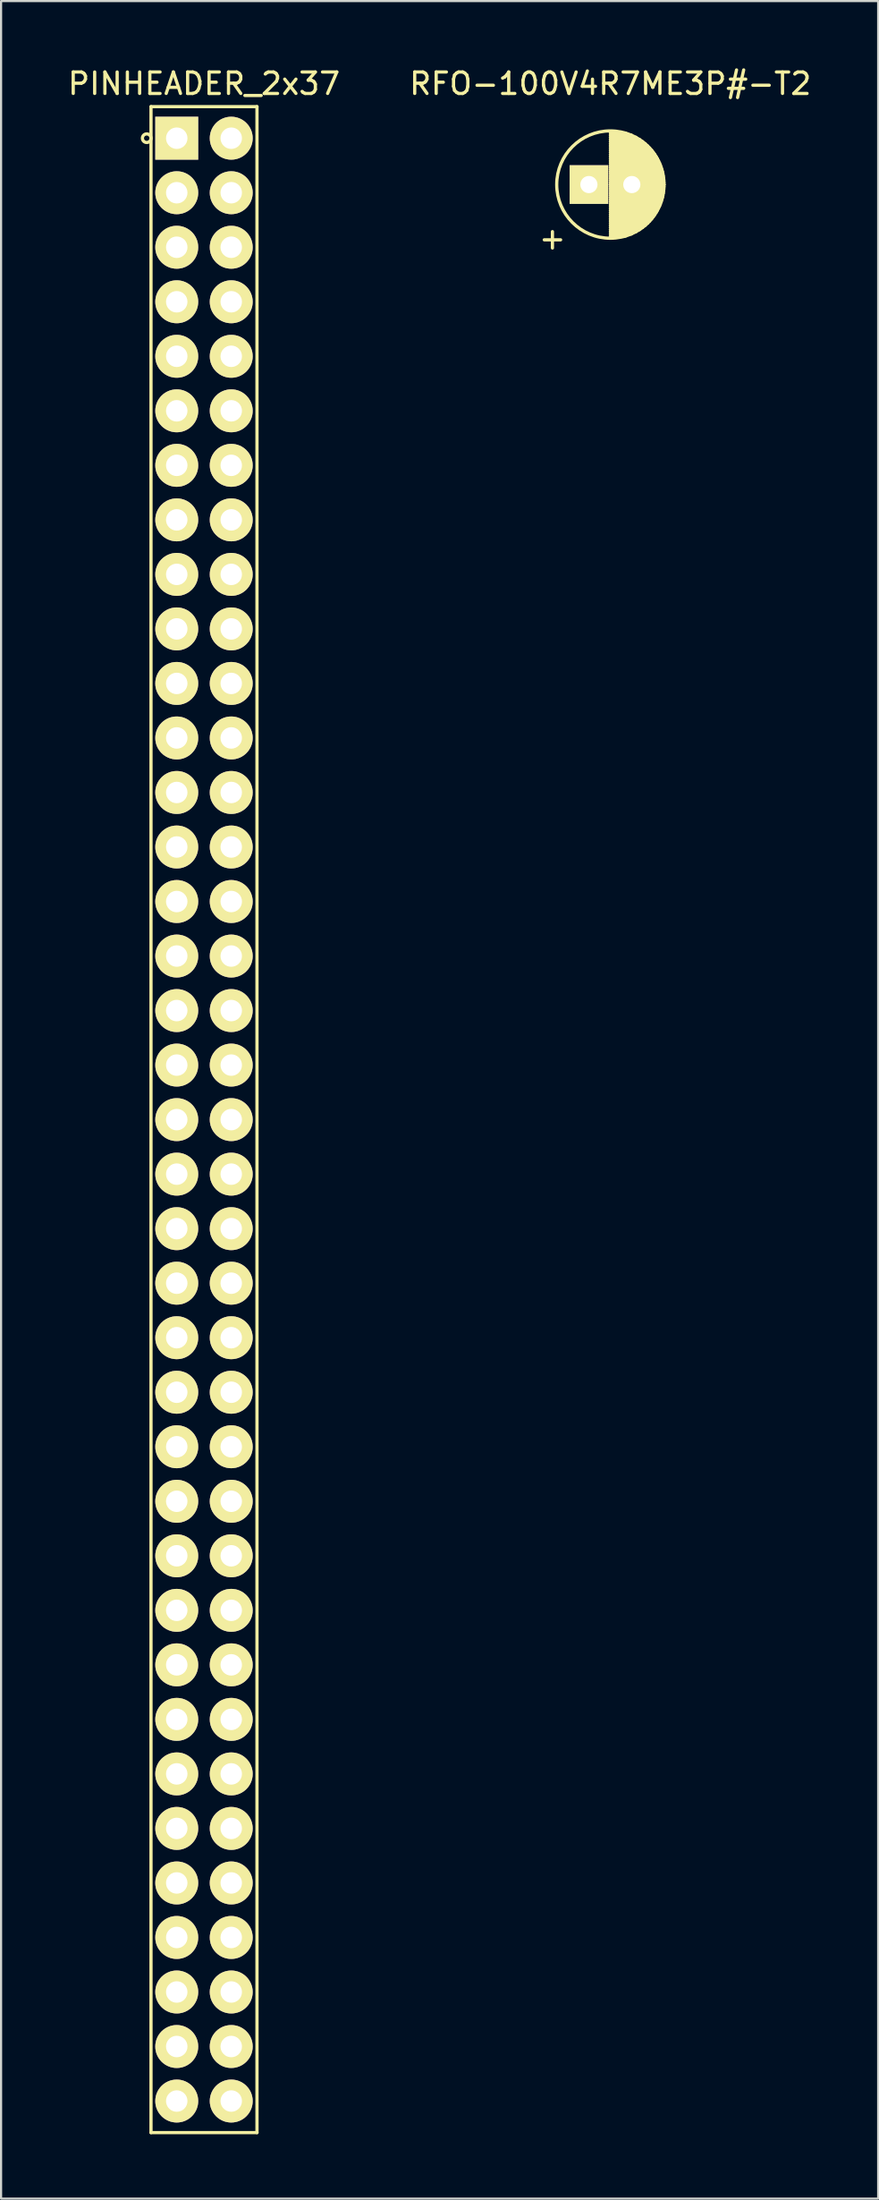
<source format=kicad_pcb>
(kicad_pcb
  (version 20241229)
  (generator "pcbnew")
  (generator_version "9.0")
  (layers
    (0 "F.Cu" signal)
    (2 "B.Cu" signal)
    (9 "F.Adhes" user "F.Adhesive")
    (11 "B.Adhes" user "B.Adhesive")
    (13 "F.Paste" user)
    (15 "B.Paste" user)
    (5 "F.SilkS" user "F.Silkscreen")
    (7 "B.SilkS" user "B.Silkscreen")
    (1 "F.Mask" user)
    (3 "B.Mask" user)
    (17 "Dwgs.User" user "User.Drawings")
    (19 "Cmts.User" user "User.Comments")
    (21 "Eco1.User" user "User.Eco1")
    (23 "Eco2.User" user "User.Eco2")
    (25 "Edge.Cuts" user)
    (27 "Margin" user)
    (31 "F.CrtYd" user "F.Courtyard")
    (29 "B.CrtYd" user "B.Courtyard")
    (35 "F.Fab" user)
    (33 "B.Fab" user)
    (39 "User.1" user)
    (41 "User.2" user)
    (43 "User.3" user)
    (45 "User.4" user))
  (footprint "PINHEADER_2x37"
    (layer "F.Cu")
    (at 5.188 3.388)
    (property "Reference" "PINHEADER_2x37" (at 1.27 -2.54 0) (layer "F.SilkS") (effects (font (size 1 1) (thickness 0.15))))
    (attr through_hole)
    (fp_line (start -1.2 -1.47) (end 3.74 -1.47) (stroke (width 0.15) (type solid)) (layer "F.SilkS"))
    (fp_line (start -1.2 92.91) (end -1.2 -1.47) (stroke (width 0.15) (type solid)) (layer "F.SilkS"))
    (fp_line (start 3.74 -1.47) (end 3.74 92.91) (stroke (width 0.15) (type solid)) (layer "F.SilkS"))
    (fp_line (start 3.74 92.91) (end -1.2 92.91) (stroke (width 0.15) (type solid)) (layer "F.SilkS"))
    (fp_circle (center -1.4 0) (end -1.4 0.2) (stroke (width 0.15) (type solid)) (fill no) (layer "F.SilkS"))
    (pad "1" thru_hole rect (at 0 0) (size 2 2) (drill 1) (layers "*.Cu" "*.Mask" "F.SilkS"))
    (pad "2" thru_hole circle (at 0 2.54) (size 2 2) (drill 1) (layers "*.Cu" "*.Mask" "F.SilkS"))
    (pad "3" thru_hole circle (at 0 5.08) (size 2 2) (drill 1) (layers "*.Cu" "*.Mask" "F.SilkS"))
    (pad "4" thru_hole circle (at 0 7.62) (size 2 2) (drill 1) (layers "*.Cu" "*.Mask" "F.SilkS"))
    (pad "5" thru_hole circle (at 0 10.16) (size 2 2) (drill 1) (layers "*.Cu" "*.Mask" "F.SilkS"))
    (pad "6" thru_hole circle (at 0 12.7) (size 2 2) (drill 1) (layers "*.Cu" "*.Mask" "F.SilkS"))
    (pad "7" thru_hole circle (at 0 15.24) (size 2 2) (drill 1) (layers "*.Cu" "*.Mask" "F.SilkS"))
    (pad "8" thru_hole circle (at 0 17.78) (size 2 2) (drill 1) (layers "*.Cu" "*.Mask" "F.SilkS"))
    (pad "9" thru_hole circle (at 0 20.32) (size 2 2) (drill 1) (layers "*.Cu" "*.Mask" "F.SilkS"))
    (pad "10" thru_hole circle (at 0 22.86) (size 2 2) (drill 1) (layers "*.Cu" "*.Mask" "F.SilkS"))
    (pad "11" thru_hole circle (at 0 25.4) (size 2 2) (drill 1) (layers "*.Cu" "*.Mask" "F.SilkS"))
    (pad "12" thru_hole circle (at 0 27.94) (size 2 2) (drill 1) (layers "*.Cu" "*.Mask" "F.SilkS"))
    (pad "13" thru_hole circle (at 0 30.48) (size 2 2) (drill 1) (layers "*.Cu" "*.Mask" "F.SilkS"))
    (pad "14" thru_hole circle (at 0 33.02) (size 2 2) (drill 1) (layers "*.Cu" "*.Mask" "F.SilkS"))
    (pad "15" thru_hole circle (at 0 35.56) (size 2 2) (drill 1) (layers "*.Cu" "*.Mask" "F.SilkS"))
    (pad "16" thru_hole circle (at 0 38.1) (size 2 2) (drill 1) (layers "*.Cu" "*.Mask" "F.SilkS"))
    (pad "17" thru_hole circle (at 0 40.64) (size 2 2) (drill 1) (layers "*.Cu" "*.Mask" "F.SilkS"))
    (pad "18" thru_hole circle (at 0 43.18) (size 2 2) (drill 1) (layers "*.Cu" "*.Mask" "F.SilkS"))
    (pad "19" thru_hole circle (at 0 45.72) (size 2 2) (drill 1) (layers "*.Cu" "*.Mask" "F.SilkS"))
    (pad "20" thru_hole circle (at 0 48.26) (size 2 2) (drill 1) (layers "*.Cu" "*.Mask" "F.SilkS"))
    (pad "21" thru_hole circle (at 0 50.8) (size 2 2) (drill 1) (layers "*.Cu" "*.Mask" "F.SilkS"))
    (pad "22" thru_hole circle (at 0 53.34) (size 2 2) (drill 1) (layers "*.Cu" "*.Mask" "F.SilkS"))
    (pad "23" thru_hole circle (at 0 55.88) (size 2 2) (drill 1) (layers "*.Cu" "*.Mask" "F.SilkS"))
    (pad "24" thru_hole circle (at 0 58.42) (size 2 2) (drill 1) (layers "*.Cu" "*.Mask" "F.SilkS"))
    (pad "25" thru_hole circle (at 0 60.96) (size 2 2) (drill 1) (layers "*.Cu" "*.Mask" "F.SilkS"))
    (pad "26" thru_hole circle (at 0 63.5) (size 2 2) (drill 1) (layers "*.Cu" "*.Mask" "F.SilkS"))
    (pad "27" thru_hole circle (at 0 66.04) (size 2 2) (drill 1) (layers "*.Cu" "*.Mask" "F.SilkS"))
    (pad "28" thru_hole circle (at 0 68.58) (size 2 2) (drill 1) (layers "*.Cu" "*.Mask" "F.SilkS"))
    (pad "29" thru_hole circle (at 0 71.12) (size 2 2) (drill 1) (layers "*.Cu" "*.Mask" "F.SilkS"))
    (pad "30" thru_hole circle (at 0 73.66) (size 2 2) (drill 1) (layers "*.Cu" "*.Mask" "F.SilkS"))
    (pad "31" thru_hole circle (at 0 76.2) (size 2 2) (drill 1) (layers "*.Cu" "*.Mask" "F.SilkS"))
    (pad "32" thru_hole circle (at 0 78.74) (size 2 2) (drill 1) (layers "*.Cu" "*.Mask" "F.SilkS"))
    (pad "33" thru_hole circle (at 0 81.28) (size 2 2) (drill 1) (layers "*.Cu" "*.Mask" "F.SilkS"))
    (pad "34" thru_hole circle (at 0 83.82) (size 2 2) (drill 1) (layers "*.Cu" "*.Mask" "F.SilkS"))
    (pad "35" thru_hole circle (at 0 86.36) (size 2 2) (drill 1) (layers "*.Cu" "*.Mask" "F.SilkS"))
    (pad "36" thru_hole circle (at 0 88.9) (size 2 2) (drill 1) (layers "*.Cu" "*.Mask" "F.SilkS"))
    (pad "37" thru_hole circle (at 0 91.44) (size 2 2) (drill 1) (layers "*.Cu" "*.Mask" "F.SilkS"))
    (pad "38" thru_hole circle (at 2.54 91.44) (size 2 2) (drill 1) (layers "*.Cu" "*.Mask" "F.SilkS"))
    (pad "39" thru_hole circle (at 2.54 88.9) (size 2 2) (drill 1) (layers "*.Cu" "*.Mask" "F.SilkS"))
    (pad "40" thru_hole circle (at 2.54 86.36) (size 2 2) (drill 1) (layers "*.Cu" "*.Mask" "F.SilkS"))
    (pad "41" thru_hole circle (at 2.54 83.82) (size 2 2) (drill 1) (layers "*.Cu" "*.Mask" "F.SilkS"))
    (pad "42" thru_hole circle (at 2.54 81.28) (size 2 2) (drill 1) (layers "*.Cu" "*.Mask" "F.SilkS"))
    (pad "43" thru_hole circle (at 2.54 78.74) (size 2 2) (drill 1) (layers "*.Cu" "*.Mask" "F.SilkS"))
    (pad "44" thru_hole circle (at 2.54 76.2) (size 2 2) (drill 1) (layers "*.Cu" "*.Mask" "F.SilkS"))
    (pad "45" thru_hole circle (at 2.54 73.66) (size 2 2) (drill 1) (layers "*.Cu" "*.Mask" "F.SilkS"))
    (pad "46" thru_hole circle (at 2.54 71.12) (size 2 2) (drill 1) (layers "*.Cu" "*.Mask" "F.SilkS"))
    (pad "47" thru_hole circle (at 2.54 68.58) (size 2 2) (drill 1) (layers "*.Cu" "*.Mask" "F.SilkS"))
    (pad "48" thru_hole circle (at 2.54 66.04) (size 2 2) (drill 1) (layers "*.Cu" "*.Mask" "F.SilkS"))
    (pad "49" thru_hole circle (at 2.54 63.5) (size 2 2) (drill 1) (layers "*.Cu" "*.Mask" "F.SilkS"))
    (pad "50" thru_hole circle (at 2.54 60.96) (size 2 2) (drill 1) (layers "*.Cu" "*.Mask" "F.SilkS"))
    (pad "51" thru_hole circle (at 2.54 58.42) (size 2 2) (drill 1) (layers "*.Cu" "*.Mask" "F.SilkS"))
    (pad "52" thru_hole circle (at 2.54 55.88) (size 2 2) (drill 1) (layers "*.Cu" "*.Mask" "F.SilkS"))
    (pad "53" thru_hole circle (at 2.54 53.34) (size 2 2) (drill 1) (layers "*.Cu" "*.Mask" "F.SilkS"))
    (pad "54" thru_hole circle (at 2.54 50.8) (size 2 2) (drill 1) (layers "*.Cu" "*.Mask" "F.SilkS"))
    (pad "55" thru_hole circle (at 2.54 48.26) (size 2 2) (drill 1) (layers "*.Cu" "*.Mask" "F.SilkS"))
    (pad "56" thru_hole circle (at 2.54 45.72) (size 2 2) (drill 1) (layers "*.Cu" "*.Mask" "F.SilkS"))
    (pad "57" thru_hole circle (at 2.54 43.18) (size 2 2) (drill 1) (layers "*.Cu" "*.Mask" "F.SilkS"))
    (pad "58" thru_hole circle (at 2.54 40.64) (size 2 2) (drill 1) (layers "*.Cu" "*.Mask" "F.SilkS"))
    (pad "59" thru_hole circle (at 2.54 38.1) (size 2 2) (drill 1) (layers "*.Cu" "*.Mask" "F.SilkS"))
    (pad "60" thru_hole circle (at 2.54 35.56) (size 2 2) (drill 1) (layers "*.Cu" "*.Mask" "F.SilkS"))
    (pad "61" thru_hole circle (at 2.54 33.02) (size 2 2) (drill 1) (layers "*.Cu" "*.Mask" "F.SilkS"))
    (pad "62" thru_hole circle (at 2.54 30.48) (size 2 2) (drill 1) (layers "*.Cu" "*.Mask" "F.SilkS"))
    (pad "63" thru_hole circle (at 2.54 27.94) (size 2 2) (drill 1) (layers "*.Cu" "*.Mask" "F.SilkS"))
    (pad "64" thru_hole circle (at 2.54 25.4) (size 2 2) (drill 1) (layers "*.Cu" "*.Mask" "F.SilkS"))
    (pad "65" thru_hole circle (at 2.54 22.86) (size 2 2) (drill 1) (layers "*.Cu" "*.Mask" "F.SilkS"))
    (pad "66" thru_hole circle (at 2.54 20.32) (size 2 2) (drill 1) (layers "*.Cu" "*.Mask" "F.SilkS"))
    (pad "67" thru_hole circle (at 2.54 17.78) (size 2 2) (drill 1) (layers "*.Cu" "*.Mask" "F.SilkS"))
    (pad "68" thru_hole circle (at 2.54 15.24) (size 2 2) (drill 1) (layers "*.Cu" "*.Mask" "F.SilkS"))
    (pad "69" thru_hole circle (at 2.54 12.7) (size 2 2) (drill 1) (layers "*.Cu" "*.Mask" "F.SilkS"))
    (pad "70" thru_hole circle (at 2.54 10.16) (size 2 2) (drill 1) (layers "*.Cu" "*.Mask" "F.SilkS"))
    (pad "71" thru_hole circle (at 2.54 7.62) (size 2 2) (drill 1) (layers "*.Cu" "*.Mask" "F.SilkS"))
    (pad "72" thru_hole circle (at 2.54 5.08) (size 2 2) (drill 1) (layers "*.Cu" "*.Mask" "F.SilkS"))
    (pad "73" thru_hole circle (at 2.54 2.54) (size 2 2) (drill 1) (layers "*.Cu" "*.Mask" "F.SilkS"))
    (pad "74" thru_hole circle (at 2.54 0) (size 2 2) (drill 1) (layers "*.Cu" "*.Mask" "F.SilkS")))
  (footprint "RFO-100V4R7ME3P#-T2"
    (layer "F.Cu")
    (at 24.399 5.548)
    (property "Reference" "RFO-100V4R7ME3P#-T2" (at 1 -4.7 0) (layer "F.SilkS") (effects (font (size 1 1) (thickness 0.15))))
    (attr through_hole)
    (fp_line (start 1 -2.4) (end 1.7 -2.4) (stroke (width 0.15) (type solid)) (layer "F.SilkS"))
    (fp_line (start 1 -2.3) (end 1.98 -2.3) (stroke (width 0.15) (type solid)) (layer "F.SilkS"))
    (fp_line (start 1 -2.2) (end 2.187 -2.2) (stroke (width 0.15) (type solid)) (layer "F.SilkS"))
    (fp_line (start 1 -2.1) (end 2.356 -2.1) (stroke (width 0.15) (type solid)) (layer "F.SilkS"))
    (fp_line (start 1 -2) (end 2.5 -2) (stroke (width 0.15) (type solid)) (layer "F.SilkS"))
    (fp_line (start 1 -1.9) (end 2.625 -1.9) (stroke (width 0.15) (type solid)) (layer "F.SilkS"))
    (fp_line (start 1 -1.8) (end 2.735 -1.8) (stroke (width 0.15) (type solid)) (layer "F.SilkS"))
    (fp_line (start 1 -1.7) (end 2.833 -1.7) (stroke (width 0.15) (type solid)) (layer "F.SilkS"))
    (fp_line (start 1 -1.6) (end 2.921 -1.6) (stroke (width 0.15) (type solid)) (layer "F.SilkS"))
    (fp_line (start 1 -1.5) (end 3 -1.5) (stroke (width 0.15) (type solid)) (layer "F.SilkS"))
    (fp_line (start 1 -1.4) (end 3.071 -1.4) (stroke (width 0.15) (type solid)) (layer "F.SilkS"))
    (fp_line (start 1 -1.3) (end 3.135 -1.3) (stroke (width 0.15) (type solid)) (layer "F.SilkS"))
    (fp_line (start 1 -1.2) (end 3.193 -1.2) (stroke (width 0.15) (type solid)) (layer "F.SilkS"))
    (fp_line (start 1 -1.1) (end 3.245 -1.1) (stroke (width 0.15) (type solid)) (layer "F.SilkS"))
    (fp_line (start 1 -1) (end 3.291 -1) (stroke (width 0.15) (type solid)) (layer "F.SilkS"))
    (fp_line (start 1 -0.9) (end 3.332 -0.9) (stroke (width 0.15) (type solid)) (layer "F.SilkS"))
    (fp_line (start 1 -0.8) (end 3.369 -0.8) (stroke (width 0.15) (type solid)) (layer "F.SilkS"))
    (fp_line (start 1 -0.7) (end 3.4 -0.7) (stroke (width 0.15) (type solid)) (layer "F.SilkS"))
    (fp_line (start 1 -0.6) (end 3.427 -0.6) (stroke (width 0.15) (type solid)) (layer "F.SilkS"))
    (fp_line (start 1 -0.5) (end 3.449 -0.5) (stroke (width 0.15) (type solid)) (layer "F.SilkS"))
    (fp_line (start 1 -0.4) (end 3.468 -0.4) (stroke (width 0.15) (type solid)) (layer "F.SilkS"))
    (fp_line (start 1 -0.3) (end 3.482 -0.3) (stroke (width 0.15) (type solid)) (layer "F.SilkS"))
    (fp_line (start 1 -0.2) (end 3.492 -0.2) (stroke (width 0.15) (type solid)) (layer "F.SilkS"))
    (fp_line (start 1 -0.1) (end 3.498 -0.1) (stroke (width 0.15) (type solid)) (layer "F.SilkS"))
    (fp_line (start 1 0) (end 3.5 0) (stroke (width 0.15) (type solid)) (layer "F.SilkS"))
    (fp_line (start 1 0) (end 3.5 0) (stroke (width 0.15) (type solid)) (layer "F.SilkS"))
    (fp_line (start 1 0.1) (end 3.498 0.1) (stroke (width 0.15) (type solid)) (layer "F.SilkS"))
    (fp_line (start 1 0.2) (end 3.492 0.2) (stroke (width 0.15) (type solid)) (layer "F.SilkS"))
    (fp_line (start 1 0.3) (end 3.482 0.3) (stroke (width 0.15) (type solid)) (layer "F.SilkS"))
    (fp_line (start 1 0.4) (end 3.468 0.4) (stroke (width 0.15) (type solid)) (layer "F.SilkS"))
    (fp_line (start 1 0.5) (end 3.449 0.5) (stroke (width 0.15) (type solid)) (layer "F.SilkS"))
    (fp_line (start 1 0.6) (end 3.427 0.6) (stroke (width 0.15) (type solid)) (layer "F.SilkS"))
    (fp_line (start 1 0.7) (end 3.4 0.7) (stroke (width 0.15) (type solid)) (layer "F.SilkS"))
    (fp_line (start 1 0.8) (end 3.369 0.8) (stroke (width 0.15) (type solid)) (layer "F.SilkS"))
    (fp_line (start 1 0.9) (end 3.332 0.9) (stroke (width 0.15) (type solid)) (layer "F.SilkS"))
    (fp_line (start 1 1) (end 3.291 1) (stroke (width 0.15) (type solid)) (layer "F.SilkS"))
    (fp_line (start 1 1.1) (end 3.245 1.1) (stroke (width 0.15) (type solid)) (layer "F.SilkS"))
    (fp_line (start 1 1.2) (end 3.193 1.2) (stroke (width 0.15) (type solid)) (layer "F.SilkS"))
    (fp_line (start 1 1.3) (end 3.135 1.3) (stroke (width 0.15) (type solid)) (layer "F.SilkS"))
    (fp_line (start 1 1.4) (end 3.071 1.4) (stroke (width 0.15) (type solid)) (layer "F.SilkS"))
    (fp_line (start 1 1.5) (end 3 1.5) (stroke (width 0.15) (type solid)) (layer "F.SilkS"))
    (fp_line (start 1 1.6) (end 2.921 1.6) (stroke (width 0.15) (type solid)) (layer "F.SilkS"))
    (fp_line (start 1 1.7) (end 2.833 1.7) (stroke (width 0.15) (type solid)) (layer "F.SilkS"))
    (fp_line (start 1 1.8) (end 2.735 1.8) (stroke (width 0.15) (type solid)) (layer "F.SilkS"))
    (fp_line (start 1 1.9) (end 2.625 1.9) (stroke (width 0.15) (type solid)) (layer "F.SilkS"))
    (fp_line (start 1 2) (end 2.5 2) (stroke (width 0.15) (type solid)) (layer "F.SilkS"))
    (fp_line (start 1 2.1) (end 2.356 2.1) (stroke (width 0.15) (type solid)) (layer "F.SilkS"))
    (fp_line (start 1 2.2) (end 2.187 2.2) (stroke (width 0.15) (type solid)) (layer "F.SilkS"))
    (fp_line (start 1 2.3) (end 1.98 2.3) (stroke (width 0.15) (type solid)) (layer "F.SilkS"))
    (fp_line (start 1 2.4) (end 1.7 2.4) (stroke (width 0.15) (type solid)) (layer "F.SilkS"))
    (fp_circle (center 1 0) (end 1 -2.5) (stroke (width 0.15) (type solid)) (fill no) (layer "F.SilkS"))
    (fp_text user "+" (at -1.7 2.5 0) (layer "F.SilkS") (effects (font (size 1 1) (thickness 0.15))))
    (pad "1" thru_hole rect (at 0 0) (size 1.8 1.8) (drill 0.8) (layers "*.Cu" "*.Mask" "F.SilkS"))
    (pad "2" thru_hole circle (at 2 0) (size 1.8 1.8) (drill 0.8) (layers "*.Cu" "*.Mask" "F.SilkS")))
  (gr_rect
    (start -3 -3)
    (end 37.881 99.373)
    (stroke (width 0.1) (type default))
    (fill no)
    (layer "Edge.Cuts")))
</source>
